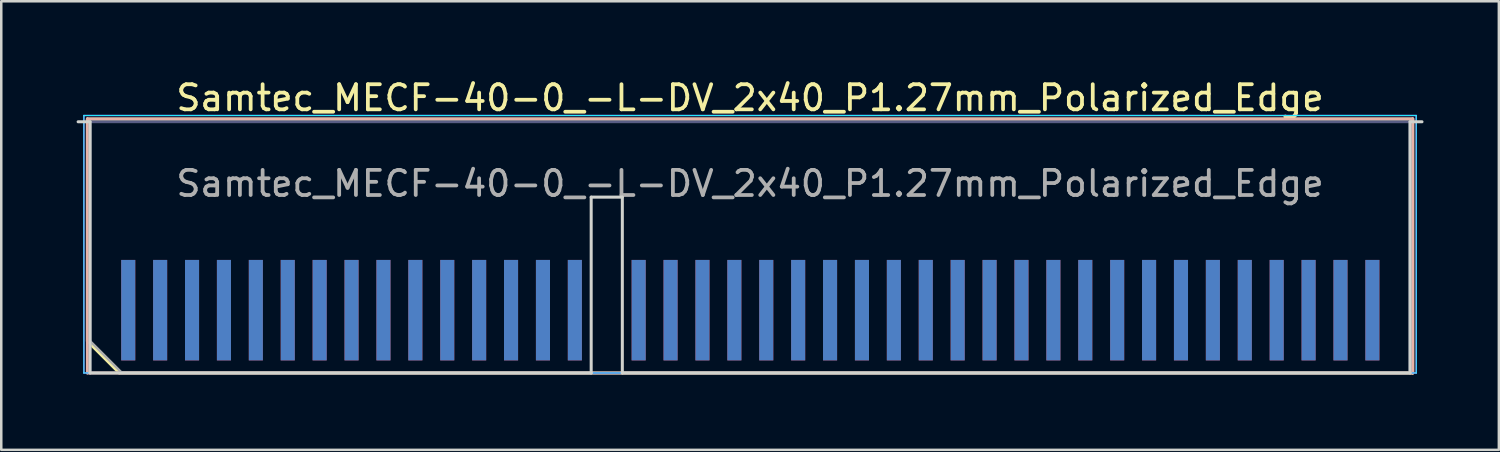
<source format=kicad_pcb>
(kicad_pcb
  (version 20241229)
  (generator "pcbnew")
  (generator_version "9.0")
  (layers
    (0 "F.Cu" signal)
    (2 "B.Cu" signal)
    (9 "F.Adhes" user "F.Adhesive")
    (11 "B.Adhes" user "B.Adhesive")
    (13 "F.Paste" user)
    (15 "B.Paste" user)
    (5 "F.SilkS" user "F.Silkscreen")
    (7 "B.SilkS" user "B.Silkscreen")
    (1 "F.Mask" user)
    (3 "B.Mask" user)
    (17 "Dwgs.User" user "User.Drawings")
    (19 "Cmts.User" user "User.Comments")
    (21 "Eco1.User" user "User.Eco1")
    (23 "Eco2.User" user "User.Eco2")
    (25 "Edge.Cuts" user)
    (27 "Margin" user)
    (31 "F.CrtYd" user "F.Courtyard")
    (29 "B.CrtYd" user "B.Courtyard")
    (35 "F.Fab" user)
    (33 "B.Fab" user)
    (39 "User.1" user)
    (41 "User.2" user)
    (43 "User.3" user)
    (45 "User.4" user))
  (footprint "Samtec_MECF-40-0_-L-DV_2x40_P1.27mm_Polarized_Edge"
    (layer "F.Cu")
    (at 26.81 6.798)
    (property "Reference" "Samtec_MECF-40-0_-L-DV_2x40_P1.27mm_Polarized_Edge" (at 0 -5.95 0) (layer "F.SilkS") (effects (font (size 1 1) (thickness 0.15))))
    (attr exclude_from_pos_files exclude_from_bom)
    (fp_line (start -26.38 -5.11) (end 26.38 -5.11) (stroke (width 0.12) (type solid)) (layer "F.SilkS"))
    (fp_line (start -26.38 3.73) (end -26.38 -5.11) (stroke (width 0.12) (type solid)) (layer "F.SilkS"))
    (fp_line (start -25.11 5) (end -26.38 3.73) (stroke (width 0.12) (type solid)) (layer "F.SilkS"))
    (fp_line (start -25.11 5) (end 26.38 5) (stroke (width 0.12) (type solid)) (layer "F.SilkS"))
    (fp_line (start 26.38 5) (end 26.38 -5.11) (stroke (width 0.12) (type solid)) (layer "F.SilkS"))
    (fp_line (start -26.38 -5.11) (end 26.38 -5.11) (stroke (width 0.12) (type solid)) (layer "B.SilkS"))
    (fp_line (start -26.38 5) (end -26.38 -5.11) (stroke (width 0.12) (type solid)) (layer "B.SilkS"))
    (fp_line (start -26.38 5) (end 26.38 5) (stroke (width 0.12) (type solid)) (layer "B.SilkS"))
    (fp_line (start 26.38 5) (end 26.38 -5.11) (stroke (width 0.12) (type solid)) (layer "B.SilkS"))
    (fp_line (start -26.75 -5) (end -26.275 -5) (stroke (width 0.12) (type solid)) (layer "Edge.Cuts"))
    (fp_line (start -26.275 5) (end -26.275 -5) (stroke (width 0.12) (type solid)) (layer "Edge.Cuts"))
    (fp_line (start -26.275 5) (end -6.325 5) (stroke (width 0.12) (type solid)) (layer "Edge.Cuts"))
    (fp_line (start -6.325 -2) (end -5.085 -2) (stroke (width 0.12) (type solid)) (layer "Edge.Cuts"))
    (fp_line (start -6.325 5) (end -6.325 -2) (stroke (width 0.12) (type solid)) (layer "Edge.Cuts"))
    (fp_line (start -5.085 5) (end -5.085 -2) (stroke (width 0.12) (type solid)) (layer "Edge.Cuts"))
    (fp_line (start -5.085 5) (end 26.275 5) (stroke (width 0.12) (type solid)) (layer "Edge.Cuts"))
    (fp_line (start 26.275 5) (end 26.275 -5) (stroke (width 0.12) (type solid)) (layer "Edge.Cuts"))
    (fp_line (start 26.75 -5) (end 26.275 -5) (stroke (width 0.12) (type solid)) (layer "Edge.Cuts"))
    (fp_line (start -26.52 -5.25) (end -26.52 5) (stroke (width 0.05) (type solid)) (layer "B.CrtYd"))
    (fp_line (start -26.52 5) (end 26.52 5) (stroke (width 0.05) (type solid)) (layer "B.CrtYd"))
    (fp_line (start 26.52 -5.25) (end -26.52 -5.25) (stroke (width 0.05) (type solid)) (layer "B.CrtYd"))
    (fp_line (start 26.52 5) (end 26.52 -5.25) (stroke (width 0.05) (type solid)) (layer "B.CrtYd"))
    (fp_line (start -26.52 -5.25) (end -26.52 5) (stroke (width 0.05) (type solid)) (layer "F.CrtYd"))
    (fp_line (start -26.52 5) (end 26.52 5) (stroke (width 0.05) (type solid)) (layer "F.CrtYd"))
    (fp_line (start 26.52 -5.25) (end -26.52 -5.25) (stroke (width 0.05) (type solid)) (layer "F.CrtYd"))
    (fp_line (start 26.52 5) (end 26.52 -5.25) (stroke (width 0.05) (type solid)) (layer "F.CrtYd"))
    (fp_line (start -26.275 -5) (end 26.275 -5) (stroke (width 0.1) (type solid)) (layer "B.Fab"))
    (fp_line (start -26.275 5) (end -26.275 -5) (stroke (width 0.1) (type solid)) (layer "B.Fab"))
    (fp_line (start -26.275 5) (end 26.275 5) (stroke (width 0.1) (type solid)) (layer "B.Fab"))
    (fp_line (start 26.275 5) (end 26.275 -5) (stroke (width 0.1) (type solid)) (layer "B.Fab"))
    (fp_line (start -26.275 -5) (end 26.275 -5) (stroke (width 0.1) (type solid)) (layer "F.Fab"))
    (fp_line (start -26.275 3.73) (end -26.275 -5) (stroke (width 0.1) (type solid)) (layer "F.Fab"))
    (fp_line (start -26.275 3.73) (end -25.005 5) (stroke (width 0.1) (type solid)) (layer "F.Fab"))
    (fp_line (start -25.005 5) (end 26.275 5) (stroke (width 0.1) (type solid)) (layer "F.Fab"))
    (fp_line (start 26.275 5) (end 26.275 -5) (stroke (width 0.1) (type solid)) (layer "F.Fab"))
    (fp_text user "${REFERENCE}" (at 0 -2.54 0) (layer "F.Fab") (effects (font (size 1 1) (thickness 0.15))))
    (pad "1" connect rect (at -24.755 2.5) (size 0.56 4) (layers "F.Cu" "F.Mask"))
    (pad "2" connect rect (at -24.755 2.5) (size 0.56 4) (layers "B.Cu" "B.Mask"))
    (pad "3" connect rect (at -23.485 2.5) (size 0.56 4) (layers "F.Cu" "F.Mask"))
    (pad "4" connect rect (at -23.485 2.5) (size 0.56 4) (layers "B.Cu" "B.Mask"))
    (pad "5" connect rect (at -22.215 2.5) (size 0.56 4) (layers "F.Cu" "F.Mask"))
    (pad "6" connect rect (at -22.215 2.5) (size 0.56 4) (layers "B.Cu" "B.Mask"))
    (pad "7" connect rect (at -20.945 2.5) (size 0.56 4) (layers "F.Cu" "F.Mask"))
    (pad "8" connect rect (at -20.945 2.5) (size 0.56 4) (layers "B.Cu" "B.Mask"))
    (pad "9" connect rect (at -19.675 2.5) (size 0.56 4) (layers "F.Cu" "F.Mask"))
    (pad "10" connect rect (at -19.675 2.5) (size 0.56 4) (layers "B.Cu" "B.Mask"))
    (pad "11" connect rect (at -18.405 2.5) (size 0.56 4) (layers "F.Cu" "F.Mask"))
    (pad "12" connect rect (at -18.405 2.5) (size 0.56 4) (layers "B.Cu" "B.Mask"))
    (pad "13" connect rect (at -17.135 2.5) (size 0.56 4) (layers "F.Cu" "F.Mask"))
    (pad "14" connect rect (at -17.135 2.5) (size 0.56 4) (layers "B.Cu" "B.Mask"))
    (pad "15" connect rect (at -15.865 2.5) (size 0.56 4) (layers "F.Cu" "F.Mask"))
    (pad "16" connect rect (at -15.865 2.5) (size 0.56 4) (layers "B.Cu" "B.Mask"))
    (pad "17" connect rect (at -14.595 2.5) (size 0.56 4) (layers "F.Cu" "F.Mask"))
    (pad "18" connect rect (at -14.595 2.5) (size 0.56 4) (layers "B.Cu" "B.Mask"))
    (pad "19" connect rect (at -13.325 2.5) (size 0.56 4) (layers "F.Cu" "F.Mask"))
    (pad "20" connect rect (at -13.325 2.5) (size 0.56 4) (layers "B.Cu" "B.Mask"))
    (pad "21" connect rect (at -12.055 2.5) (size 0.56 4) (layers "F.Cu" "F.Mask"))
    (pad "22" connect rect (at -12.055 2.5) (size 0.56 4) (layers "B.Cu" "B.Mask"))
    (pad "23" connect rect (at -10.785 2.5) (size 0.56 4) (layers "F.Cu" "F.Mask"))
    (pad "24" connect rect (at -10.785 2.5) (size 0.56 4) (layers "B.Cu" "B.Mask"))
    (pad "25" connect rect (at -9.515 2.5) (size 0.56 4) (layers "F.Cu" "F.Mask"))
    (pad "26" connect rect (at -9.515 2.5) (size 0.56 4) (layers "B.Cu" "B.Mask"))
    (pad "27" connect rect (at -8.245 2.5) (size 0.56 4) (layers "F.Cu" "F.Mask"))
    (pad "28" connect rect (at -8.245 2.5) (size 0.56 4) (layers "B.Cu" "B.Mask"))
    (pad "29" connect rect (at -6.975 2.5) (size 0.56 4) (layers "F.Cu" "F.Mask"))
    (pad "30" connect rect (at -6.975 2.5) (size 0.56 4) (layers "B.Cu" "B.Mask"))
    (pad "33" connect rect (at -4.435 2.5) (size 0.56 4) (layers "F.Cu" "F.Mask"))
    (pad "34" connect rect (at -4.435 2.5) (size 0.56 4) (layers "B.Cu" "B.Mask"))
    (pad "35" connect rect (at -3.165 2.5) (size 0.56 4) (layers "F.Cu" "F.Mask"))
    (pad "36" connect rect (at -3.165 2.5) (size 0.56 4) (layers "B.Cu" "B.Mask"))
    (pad "37" connect rect (at -1.895 2.5) (size 0.56 4) (layers "F.Cu" "F.Mask"))
    (pad "38" connect rect (at -1.895 2.5) (size 0.56 4) (layers "B.Cu" "B.Mask"))
    (pad "39" connect rect (at -0.625 2.5) (size 0.56 4) (layers "F.Cu" "F.Mask"))
    (pad "40" connect rect (at -0.625 2.5) (size 0.56 4) (layers "B.Cu" "B.Mask"))
    (pad "41" connect rect (at 0.645 2.5) (size 0.56 4) (layers "F.Cu" "F.Mask"))
    (pad "42" connect rect (at 0.645 2.5) (size 0.56 4) (layers "B.Cu" "B.Mask"))
    (pad "43" connect rect (at 1.915 2.5) (size 0.56 4) (layers "F.Cu" "F.Mask"))
    (pad "44" connect rect (at 1.915 2.5) (size 0.56 4) (layers "B.Cu" "B.Mask"))
    (pad "45" connect rect (at 3.185 2.5) (size 0.56 4) (layers "F.Cu" "F.Mask"))
    (pad "46" connect rect (at 3.185 2.5) (size 0.56 4) (layers "B.Cu" "B.Mask"))
    (pad "47" connect rect (at 4.455 2.5) (size 0.56 4) (layers "F.Cu" "F.Mask"))
    (pad "48" connect rect (at 4.455 2.5) (size 0.56 4) (layers "B.Cu" "B.Mask"))
    (pad "49" connect rect (at 5.725 2.5) (size 0.56 4) (layers "F.Cu" "F.Mask"))
    (pad "50" connect rect (at 5.725 2.5) (size 0.56 4) (layers "B.Cu" "B.Mask"))
    (pad "51" connect rect (at 6.995 2.5) (size 0.56 4) (layers "F.Cu" "F.Mask"))
    (pad "52" connect rect (at 6.995 2.5) (size 0.56 4) (layers "B.Cu" "B.Mask"))
    (pad "53" connect rect (at 8.265 2.5) (size 0.56 4) (layers "F.Cu" "F.Mask"))
    (pad "54" connect rect (at 8.265 2.5) (size 0.56 4) (layers "B.Cu" "B.Mask"))
    (pad "55" connect rect (at 9.535 2.5) (size 0.56 4) (layers "F.Cu" "F.Mask"))
    (pad "56" connect rect (at 9.535 2.5) (size 0.56 4) (layers "B.Cu" "B.Mask"))
    (pad "57" connect rect (at 10.805 2.5) (size 0.56 4) (layers "F.Cu" "F.Mask"))
    (pad "58" connect rect (at 10.805 2.5) (size 0.56 4) (layers "B.Cu" "B.Mask"))
    (pad "59" connect rect (at 12.075 2.5) (size 0.56 4) (layers "F.Cu" "F.Mask"))
    (pad "60" connect rect (at 12.075 2.5) (size 0.56 4) (layers "B.Cu" "B.Mask"))
    (pad "61" connect rect (at 13.345 2.5) (size 0.56 4) (layers "F.Cu" "F.Mask"))
    (pad "62" connect rect (at 13.345 2.5) (size 0.56 4) (layers "B.Cu" "B.Mask"))
    (pad "63" connect rect (at 14.615 2.5) (size 0.56 4) (layers "F.Cu" "F.Mask"))
    (pad "64" connect rect (at 14.615 2.5) (size 0.56 4) (layers "B.Cu" "B.Mask"))
    (pad "65" connect rect (at 15.885 2.5) (size 0.56 4) (layers "F.Cu" "F.Mask"))
    (pad "66" connect rect (at 15.885 2.5) (size 0.56 4) (layers "B.Cu" "B.Mask"))
    (pad "67" connect rect (at 17.155 2.5) (size 0.56 4) (layers "F.Cu" "F.Mask"))
    (pad "68" connect rect (at 17.155 2.5) (size 0.56 4) (layers "B.Cu" "B.Mask"))
    (pad "69" connect rect (at 18.425 2.5) (size 0.56 4) (layers "F.Cu" "F.Mask"))
    (pad "70" connect rect (at 18.425 2.5) (size 0.56 4) (layers "B.Cu" "B.Mask"))
    (pad "71" connect rect (at 19.695 2.5) (size 0.56 4) (layers "F.Cu" "F.Mask"))
    (pad "72" connect rect (at 19.695 2.5) (size 0.56 4) (layers "B.Cu" "B.Mask"))
    (pad "73" connect rect (at 20.965 2.5) (size 0.56 4) (layers "F.Cu" "F.Mask"))
    (pad "74" connect rect (at 20.965 2.5) (size 0.56 4) (layers "B.Cu" "B.Mask"))
    (pad "75" connect rect (at 22.235 2.5) (size 0.56 4) (layers "F.Cu" "F.Mask"))
    (pad "76" connect rect (at 22.235 2.5) (size 0.56 4) (layers "B.Cu" "B.Mask"))
    (pad "77" connect rect (at 23.505 2.5) (size 0.56 4) (layers "F.Cu" "F.Mask"))
    (pad "78" connect rect (at 23.505 2.5) (size 0.56 4) (layers "B.Cu" "B.Mask"))
    (pad "79" connect rect (at 24.775 2.5) (size 0.56 4) (layers "F.Cu" "F.Mask"))
    (pad "80" connect rect (at 24.775 2.5) (size 0.56 4) (layers "B.Cu" "B.Mask")))
  (gr_rect
    (start -3 -3)
    (end 56.62 14.858)
    (stroke (width 0.1) (type default))
    (fill no)
    (layer "Edge.Cuts")))
</source>
